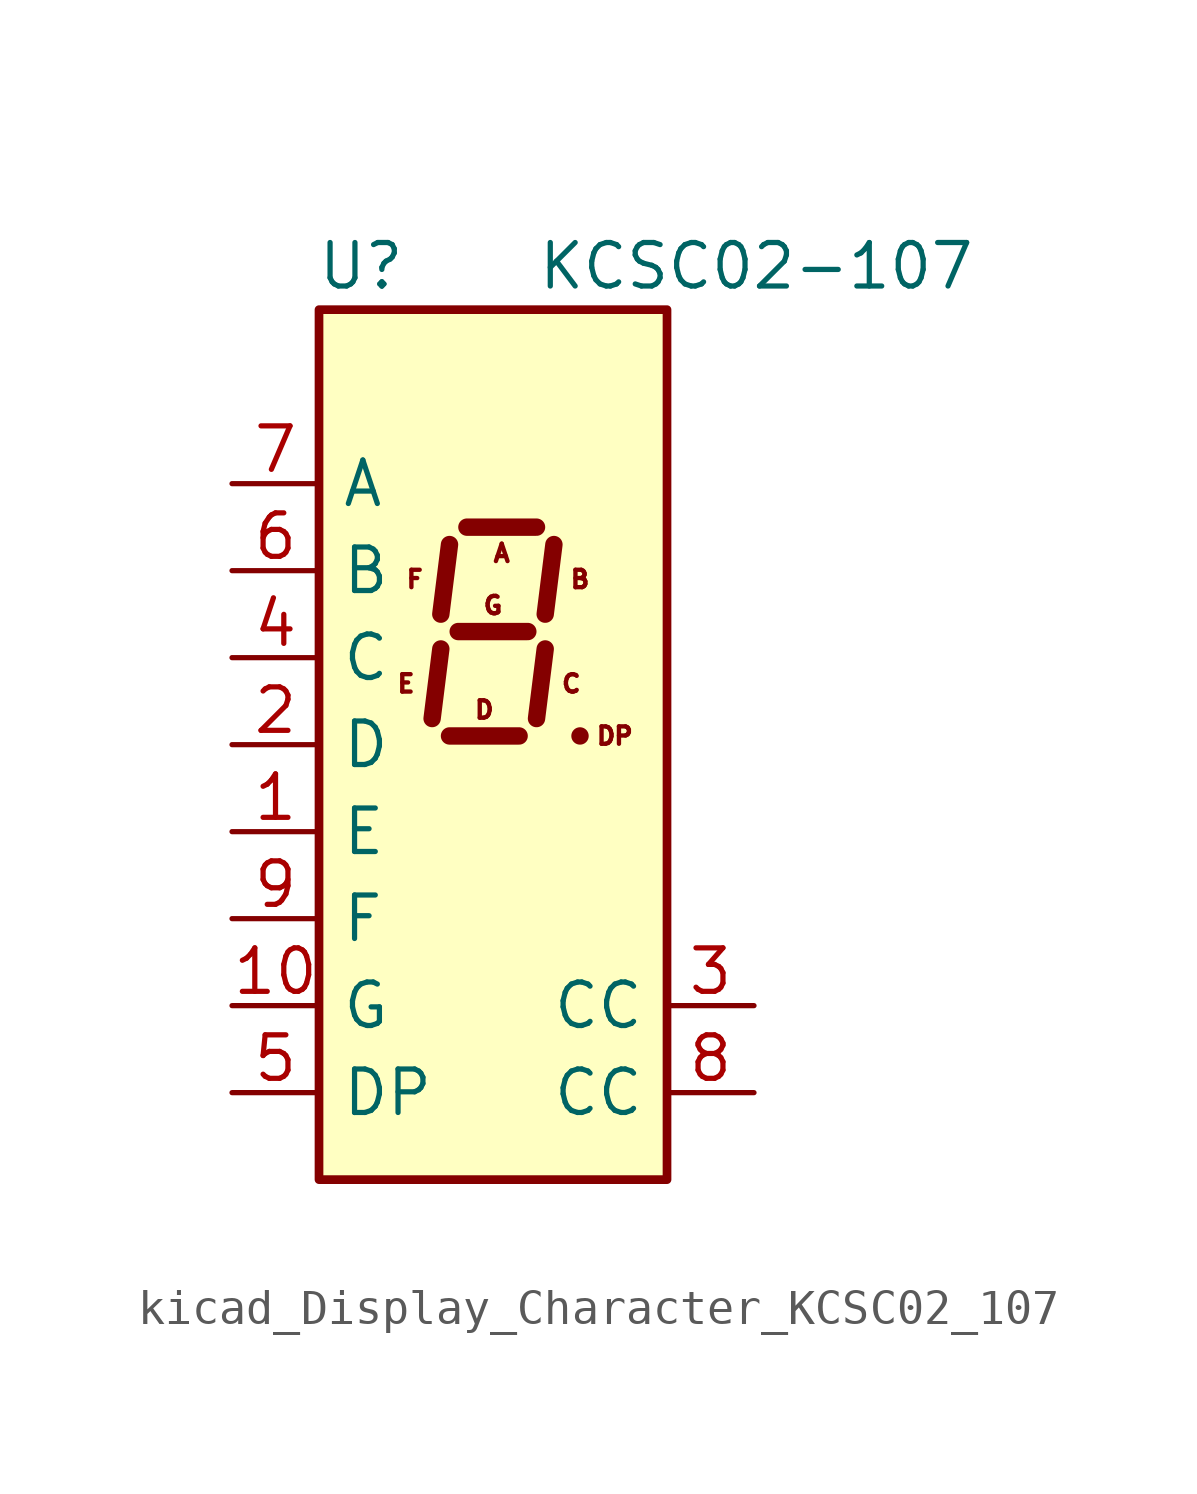
<source format=kicad_sym>
(kicad_symbol_lib
  (version 20220914)
  (generator kicad_symbol_editor)
  (symbol "kicad_Display_Character_KCSC02_107"
    (pin_names
      (offset 0.635))
    (property "Reference" "U"
      (at -2.54 13.97 0)
      (effects (font (size 1.27 1.27)) (justify right)))
    (property "Value" "KCSC02-107"
      (at 1.27 13.97 0)
      (effects (font (size 1.27 1.27)) (justify left)))
    (symbol "kicad_Display_Character_KCSC02_107_0_0"
      (text "A" (at 0.254 5.588 0) (effects (font (size 0.508 0.508))))
      (text "B" (at 2.54 4.826 0) (effects (font (size 0.508 0.508))))
      (text "C" (at 2.286 1.778 0) (effects (font (size 0.508 0.508))))
      (text "D" (at -0.254 1.016 0) (effects (font (size 0.508 0.508))))
      (text "DP" (at 3.556 0.254 0) (effects (font (size 0.508 0.508))))
      (text "E" (at -2.54 1.778 0) (effects (font (size 0.508 0.508))))
      (text "F" (at -2.286 4.826 0) (effects (font (size 0.508 0.508))))
      (text "G" (at 0 4.064 0) (effects (font (size 0.508 0.508)))))
    (symbol "kicad_Display_Character_KCSC02_107_0_1"
      (rectangle (start -5.08 12.7) (end 5.08 -12.7) (stroke (width 0.254) (type default)) (fill (type background)))
      (polyline (pts (xy -1.524 2.794) (xy -1.778 0.762)) (stroke (width 0.508) (type default)) (fill (type none)))
      (polyline (pts (xy -1.27 0.254) (xy 0.762 0.254)) (stroke (width 0.508) (type default)) (fill (type none)))
      (polyline (pts (xy -1.27 5.842) (xy -1.524 3.81)) (stroke (width 0.508) (type default)) (fill (type none)))
      (polyline (pts (xy -1.016 3.302) (xy 1.016 3.302)) (stroke (width 0.508) (type default)) (fill (type none)))
      (polyline (pts (xy -0.762 6.35) (xy 1.27 6.35)) (stroke (width 0.508) (type default)) (fill (type none)))
      (polyline (pts (xy 1.524 2.794) (xy 1.27 0.762)) (stroke (width 0.508) (type default)) (fill (type none)))
      (polyline (pts (xy 1.778 5.842) (xy 1.524 3.81)) (stroke (width 0.508) (type default)) (fill (type none)))
      (polyline (pts (xy 2.54 0.254) (xy 2.54 0.254)) (stroke (width 0.508) (type default)) (fill (type none))))
    (symbol "kicad_Display_Character_KCSC02_107_1_1"
      (pin input line (at -7.62 -2.54 0) (length 2.54) (name "E" (effects (font (size 1.27 1.27)))) (number "1" (effects (font (size 1.27 1.27)))))
      (pin input line (at -7.62 -7.62 0) (length 2.54) (name "G" (effects (font (size 1.27 1.27)))) (number "10" (effects (font (size 1.27 1.27)))))
      (pin input line (at -7.62 0 0) (length 2.54) (name "D" (effects (font (size 1.27 1.27)))) (number "2" (effects (font (size 1.27 1.27)))))
      (pin input line (at 7.62 -7.62 180) (length 2.54) (name "CC" (effects (font (size 1.27 1.27)))) (number "3" (effects (font (size 1.27 1.27)))))
      (pin input line (at -7.62 2.54 0) (length 2.54) (name "C" (effects (font (size 1.27 1.27)))) (number "4" (effects (font (size 1.27 1.27)))))
      (pin input line (at -7.62 -10.16 0) (length 2.54) (name "DP" (effects (font (size 1.27 1.27)))) (number "5" (effects (font (size 1.27 1.27)))))
      (pin input line (at -7.62 5.08 0) (length 2.54) (name "B" (effects (font (size 1.27 1.27)))) (number "6" (effects (font (size 1.27 1.27)))))
      (pin input line (at -7.62 7.62 0) (length 2.54) (name "A" (effects (font (size 1.27 1.27)))) (number "7" (effects (font (size 1.27 1.27)))))
      (pin input line (at 7.62 -10.16 180) (length 2.54) (name "CC" (effects (font (size 1.27 1.27)))) (number "8" (effects (font (size 1.27 1.27)))))
      (pin input line (at -7.62 -5.08 0) (length 2.54) (name "F" (effects (font (size 1.27 1.27)))) (number "9" (effects (font (size 1.27 1.27))))))))
</source>
